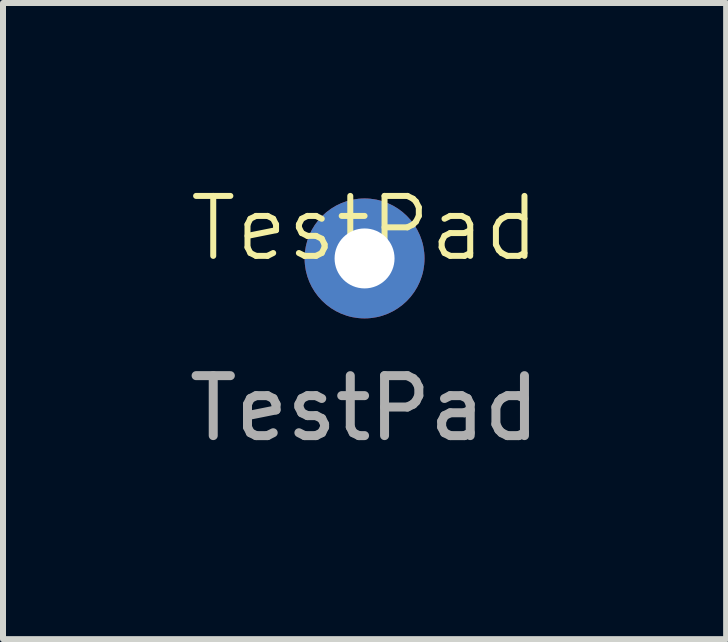
<source format=kicad_pcb>
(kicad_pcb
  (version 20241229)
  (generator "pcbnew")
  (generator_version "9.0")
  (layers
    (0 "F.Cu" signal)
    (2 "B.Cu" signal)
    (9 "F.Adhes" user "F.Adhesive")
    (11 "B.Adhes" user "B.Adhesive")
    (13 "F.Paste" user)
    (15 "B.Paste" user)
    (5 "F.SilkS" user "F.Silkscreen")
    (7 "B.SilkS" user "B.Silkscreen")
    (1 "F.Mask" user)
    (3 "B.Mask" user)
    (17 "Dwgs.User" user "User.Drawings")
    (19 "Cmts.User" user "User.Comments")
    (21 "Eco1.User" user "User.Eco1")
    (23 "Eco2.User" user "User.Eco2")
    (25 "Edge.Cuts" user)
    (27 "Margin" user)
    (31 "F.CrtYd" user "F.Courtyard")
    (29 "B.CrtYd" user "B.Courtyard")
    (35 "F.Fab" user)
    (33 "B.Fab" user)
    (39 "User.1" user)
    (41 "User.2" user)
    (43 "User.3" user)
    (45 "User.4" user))
  (footprint "TestPad"
    (layer "F.Cu")
    (at 3.03 1.26)
    (property "Reference" "TestPad" (at 0 -0.5 0) (unlocked yes) (layer "F.SilkS") (effects (font (size 1 1) (thickness 0.1))))
    (attr smd)
    (fp_text user "${REFERENCE}" (at 0 2.5 0) (unlocked yes) (layer "F.Fab") (effects (font (size 1 1) (thickness 0.15))))
    (pad "1" thru_hole circle (at 0 0) (size 2 2) (drill 1) (property pad_prop_testpoint) (layers "*.Cu" "*.Mask")))
  (gr_rect
    (start -3 -3)
    (end 9.06 7.609)
    (stroke (width 0.1) (type default))
    (fill no)
    (layer "Edge.Cuts")))
</source>
